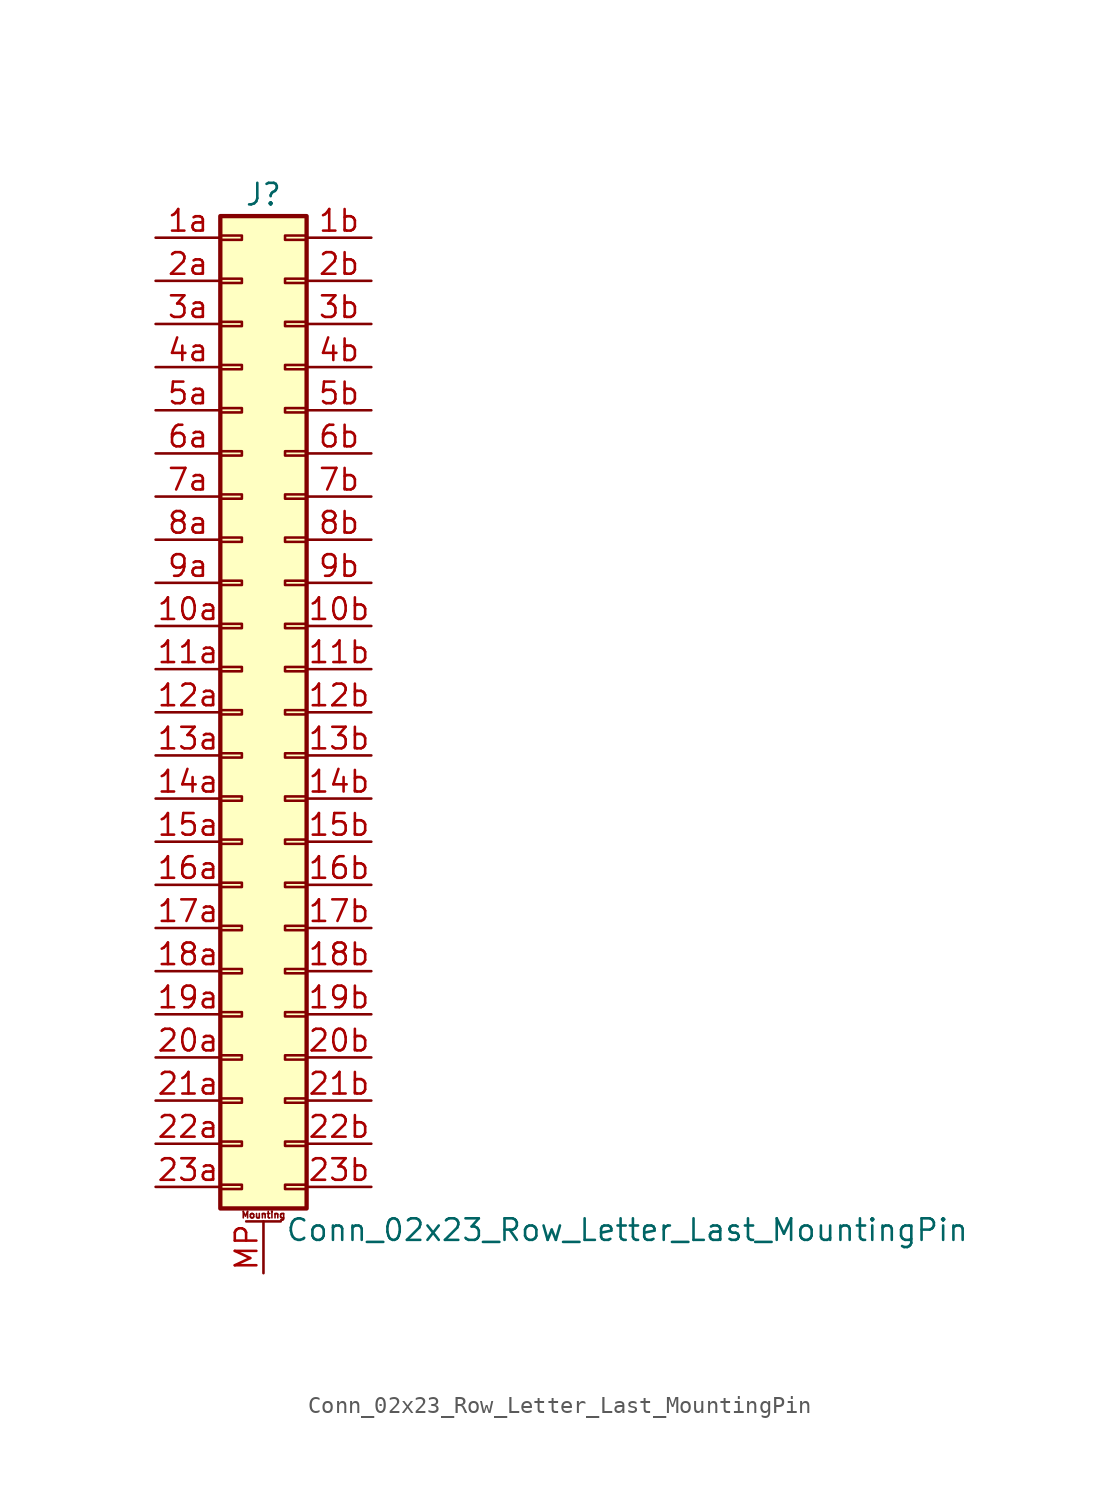
<source format=kicad_sym>
(kicad_symbol_lib
  (version 20201005)
  (generator kicad_symbol_editor)
  (symbol "Conn_02x23_Row_Letter_Last_MountingPin"
    (pin_names
      (offset 1.016) hide)
    (property "Reference" "J"
      (at 1.27 30.48 0)
      (effects (font (size 1.27 1.27))))
    (property "Value" "Conn_02x23_Row_Letter_Last_MountingPin"
      (at 2.54 -30.48 0)
      (effects (font (size 1.27 1.27)) (justify left)))
    (symbol "Conn_02x23_Row_Letter_Last_MountingPin_1_1"
      (text "Mounting" (at 1.27 -29.591 0) (effects (font (size 0.381 0.381))))
      (rectangle (start -1.27 -27.813) (end 0 -28.067) (stroke (width 0.152)) (fill (type none)))
      (rectangle (start -1.27 -25.273) (end 0 -25.527) (stroke (width 0.152)) (fill (type none)))
      (rectangle (start -1.27 -22.733) (end 0 -22.987) (stroke (width 0.152)) (fill (type none)))
      (rectangle (start -1.27 -20.193) (end 0 -20.447) (stroke (width 0.152)) (fill (type none)))
      (rectangle (start -1.27 -17.653) (end 0 -17.907) (stroke (width 0.152)) (fill (type none)))
      (rectangle (start -1.27 -15.113) (end 0 -15.367) (stroke (width 0.152)) (fill (type none)))
      (rectangle (start -1.27 -12.573) (end 0 -12.827) (stroke (width 0.152)) (fill (type none)))
      (rectangle (start -1.27 -10.033) (end 0 -10.287) (stroke (width 0.152)) (fill (type none)))
      (rectangle (start -1.27 -7.493) (end 0 -7.747) (stroke (width 0.152)) (fill (type none)))
      (rectangle (start -1.27 -4.953) (end 0 -5.207) (stroke (width 0.152)) (fill (type none)))
      (rectangle (start -1.27 -2.413) (end 0 -2.667) (stroke (width 0.152)) (fill (type none)))
      (rectangle (start -1.27 0.127) (end 0 -0.127) (stroke (width 0.152)) (fill (type none)))
      (rectangle (start -1.27 2.667) (end 0 2.413) (stroke (width 0.152)) (fill (type none)))
      (rectangle (start -1.27 5.207) (end 0 4.953) (stroke (width 0.152)) (fill (type none)))
      (rectangle (start -1.27 7.747) (end 0 7.493) (stroke (width 0.152)) (fill (type none)))
      (rectangle (start -1.27 10.287) (end 0 10.033) (stroke (width 0.152)) (fill (type none)))
      (rectangle (start -1.27 12.827) (end 0 12.573) (stroke (width 0.152)) (fill (type none)))
      (rectangle (start -1.27 15.367) (end 0 15.113) (stroke (width 0.152)) (fill (type none)))
      (rectangle (start -1.27 17.907) (end 0 17.653) (stroke (width 0.152)) (fill (type none)))
      (rectangle (start -1.27 20.447) (end 0 20.193) (stroke (width 0.152)) (fill (type none)))
      (rectangle (start -1.27 22.987) (end 0 22.733) (stroke (width 0.152)) (fill (type none)))
      (rectangle (start -1.27 25.527) (end 0 25.273) (stroke (width 0.152)) (fill (type none)))
      (rectangle (start -1.27 28.067) (end 0 27.813) (stroke (width 0.152)) (fill (type none)))
      (rectangle (start 3.81 -27.813) (end 2.54 -28.067) (stroke (width 0.152)) (fill (type none)))
      (rectangle (start 3.81 -25.273) (end 2.54 -25.527) (stroke (width 0.152)) (fill (type none)))
      (rectangle (start 3.81 -22.733) (end 2.54 -22.987) (stroke (width 0.152)) (fill (type none)))
      (rectangle (start 3.81 -20.193) (end 2.54 -20.447) (stroke (width 0.152)) (fill (type none)))
      (rectangle (start 3.81 -17.653) (end 2.54 -17.907) (stroke (width 0.152)) (fill (type none)))
      (rectangle (start 3.81 -15.113) (end 2.54 -15.367) (stroke (width 0.152)) (fill (type none)))
      (rectangle (start 3.81 -12.573) (end 2.54 -12.827) (stroke (width 0.152)) (fill (type none)))
      (rectangle (start 3.81 -10.033) (end 2.54 -10.287) (stroke (width 0.152)) (fill (type none)))
      (rectangle (start 3.81 -7.493) (end 2.54 -7.747) (stroke (width 0.152)) (fill (type none)))
      (rectangle (start 3.81 -4.953) (end 2.54 -5.207) (stroke (width 0.152)) (fill (type none)))
      (rectangle (start 3.81 -2.413) (end 2.54 -2.667) (stroke (width 0.152)) (fill (type none)))
      (rectangle (start 3.81 0.127) (end 2.54 -0.127) (stroke (width 0.152)) (fill (type none)))
      (rectangle (start 3.81 2.667) (end 2.54 2.413) (stroke (width 0.152)) (fill (type none)))
      (rectangle (start 3.81 5.207) (end 2.54 4.953) (stroke (width 0.152)) (fill (type none)))
      (rectangle (start 3.81 7.747) (end 2.54 7.493) (stroke (width 0.152)) (fill (type none)))
      (rectangle (start 3.81 10.287) (end 2.54 10.033) (stroke (width 0.152)) (fill (type none)))
      (rectangle (start 3.81 12.827) (end 2.54 12.573) (stroke (width 0.152)) (fill (type none)))
      (rectangle (start 3.81 15.367) (end 2.54 15.113) (stroke (width 0.152)) (fill (type none)))
      (rectangle (start 3.81 17.907) (end 2.54 17.653) (stroke (width 0.152)) (fill (type none)))
      (rectangle (start 3.81 20.447) (end 2.54 20.193) (stroke (width 0.152)) (fill (type none)))
      (rectangle (start 3.81 22.987) (end 2.54 22.733) (stroke (width 0.152)) (fill (type none)))
      (rectangle (start 3.81 25.527) (end 2.54 25.273) (stroke (width 0.152)) (fill (type none)))
      (rectangle (start 3.81 28.067) (end 2.54 27.813) (stroke (width 0.152)) (fill (type none)))
      (rectangle (start -1.27 29.21) (end 3.81 -29.21) (stroke (width 0.254)) (fill (type background)))
      (polyline (pts (xy 0.254 -29.972) (xy 2.286 -29.972)) (stroke (width 0.152)) (fill (type none)))
      (pin passive line (at -5.08 5.08 0) (length 3.81) (name "Pin_10a" (effects (font (size 1.27 1.27)))) (number "10a" (effects (font (size 1.27 1.27)))))
      (pin passive line (at 7.62 5.08 180) (length 3.81) (name "Pin_10b" (effects (font (size 1.27 1.27)))) (number "10b" (effects (font (size 1.27 1.27)))))
      (pin passive line (at -5.08 2.54 0) (length 3.81) (name "Pin_11a" (effects (font (size 1.27 1.27)))) (number "11a" (effects (font (size 1.27 1.27)))))
      (pin passive line (at 7.62 2.54 180) (length 3.81) (name "Pin_11b" (effects (font (size 1.27 1.27)))) (number "11b" (effects (font (size 1.27 1.27)))))
      (pin passive line (at -5.08 0 0) (length 3.81) (name "Pin_12a" (effects (font (size 1.27 1.27)))) (number "12a" (effects (font (size 1.27 1.27)))))
      (pin passive line (at 7.62 0 180) (length 3.81) (name "Pin_12b" (effects (font (size 1.27 1.27)))) (number "12b" (effects (font (size 1.27 1.27)))))
      (pin passive line (at -5.08 -2.54 0) (length 3.81) (name "Pin_13a" (effects (font (size 1.27 1.27)))) (number "13a" (effects (font (size 1.27 1.27)))))
      (pin passive line (at 7.62 -2.54 180) (length 3.81) (name "Pin_13b" (effects (font (size 1.27 1.27)))) (number "13b" (effects (font (size 1.27 1.27)))))
      (pin passive line (at -5.08 -5.08 0) (length 3.81) (name "Pin_14a" (effects (font (size 1.27 1.27)))) (number "14a" (effects (font (size 1.27 1.27)))))
      (pin passive line (at 7.62 -5.08 180) (length 3.81) (name "Pin_14b" (effects (font (size 1.27 1.27)))) (number "14b" (effects (font (size 1.27 1.27)))))
      (pin passive line (at -5.08 -7.62 0) (length 3.81) (name "Pin_15a" (effects (font (size 1.27 1.27)))) (number "15a" (effects (font (size 1.27 1.27)))))
      (pin passive line (at 7.62 -7.62 180) (length 3.81) (name "Pin_15b" (effects (font (size 1.27 1.27)))) (number "15b" (effects (font (size 1.27 1.27)))))
      (pin passive line (at -5.08 -10.16 0) (length 3.81) (name "Pin_16a" (effects (font (size 1.27 1.27)))) (number "16a" (effects (font (size 1.27 1.27)))))
      (pin passive line (at 7.62 -10.16 180) (length 3.81) (name "Pin_16b" (effects (font (size 1.27 1.27)))) (number "16b" (effects (font (size 1.27 1.27)))))
      (pin passive line (at -5.08 -12.7 0) (length 3.81) (name "Pin_17a" (effects (font (size 1.27 1.27)))) (number "17a" (effects (font (size 1.27 1.27)))))
      (pin passive line (at 7.62 -12.7 180) (length 3.81) (name "Pin_17b" (effects (font (size 1.27 1.27)))) (number "17b" (effects (font (size 1.27 1.27)))))
      (pin passive line (at -5.08 -15.24 0) (length 3.81) (name "Pin_18a" (effects (font (size 1.27 1.27)))) (number "18a" (effects (font (size 1.27 1.27)))))
      (pin passive line (at 7.62 -15.24 180) (length 3.81) (name "Pin_18b" (effects (font (size 1.27 1.27)))) (number "18b" (effects (font (size 1.27 1.27)))))
      (pin passive line (at -5.08 -17.78 0) (length 3.81) (name "Pin_19a" (effects (font (size 1.27 1.27)))) (number "19a" (effects (font (size 1.27 1.27)))))
      (pin passive line (at 7.62 -17.78 180) (length 3.81) (name "Pin_19b" (effects (font (size 1.27 1.27)))) (number "19b" (effects (font (size 1.27 1.27)))))
      (pin passive line (at -5.08 27.94 0) (length 3.81) (name "Pin_1a" (effects (font (size 1.27 1.27)))) (number "1a" (effects (font (size 1.27 1.27)))))
      (pin passive line (at 7.62 27.94 180) (length 3.81) (name "Pin_1b" (effects (font (size 1.27 1.27)))) (number "1b" (effects (font (size 1.27 1.27)))))
      (pin passive line (at -5.08 -20.32 0) (length 3.81) (name "Pin_20a" (effects (font (size 1.27 1.27)))) (number "20a" (effects (font (size 1.27 1.27)))))
      (pin passive line (at 7.62 -20.32 180) (length 3.81) (name "Pin_20b" (effects (font (size 1.27 1.27)))) (number "20b" (effects (font (size 1.27 1.27)))))
      (pin passive line (at -5.08 -22.86 0) (length 3.81) (name "Pin_21a" (effects (font (size 1.27 1.27)))) (number "21a" (effects (font (size 1.27 1.27)))))
      (pin passive line (at 7.62 -22.86 180) (length 3.81) (name "Pin_21b" (effects (font (size 1.27 1.27)))) (number "21b" (effects (font (size 1.27 1.27)))))
      (pin passive line (at -5.08 -25.4 0) (length 3.81) (name "Pin_22a" (effects (font (size 1.27 1.27)))) (number "22a" (effects (font (size 1.27 1.27)))))
      (pin passive line (at 7.62 -25.4 180) (length 3.81) (name "Pin_22b" (effects (font (size 1.27 1.27)))) (number "22b" (effects (font (size 1.27 1.27)))))
      (pin passive line (at -5.08 -27.94 0) (length 3.81) (name "Pin_23a" (effects (font (size 1.27 1.27)))) (number "23a" (effects (font (size 1.27 1.27)))))
      (pin passive line (at 7.62 -27.94 180) (length 3.81) (name "Pin_23b" (effects (font (size 1.27 1.27)))) (number "23b" (effects (font (size 1.27 1.27)))))
      (pin passive line (at -5.08 25.4 0) (length 3.81) (name "Pin_2a" (effects (font (size 1.27 1.27)))) (number "2a" (effects (font (size 1.27 1.27)))))
      (pin passive line (at 7.62 25.4 180) (length 3.81) (name "Pin_2b" (effects (font (size 1.27 1.27)))) (number "2b" (effects (font (size 1.27 1.27)))))
      (pin passive line (at -5.08 22.86 0) (length 3.81) (name "Pin_3a" (effects (font (size 1.27 1.27)))) (number "3a" (effects (font (size 1.27 1.27)))))
      (pin passive line (at 7.62 22.86 180) (length 3.81) (name "Pin_3b" (effects (font (size 1.27 1.27)))) (number "3b" (effects (font (size 1.27 1.27)))))
      (pin passive line (at -5.08 20.32 0) (length 3.81) (name "Pin_4a" (effects (font (size 1.27 1.27)))) (number "4a" (effects (font (size 1.27 1.27)))))
      (pin passive line (at 7.62 20.32 180) (length 3.81) (name "Pin_4b" (effects (font (size 1.27 1.27)))) (number "4b" (effects (font (size 1.27 1.27)))))
      (pin passive line (at -5.08 17.78 0) (length 3.81) (name "Pin_5a" (effects (font (size 1.27 1.27)))) (number "5a" (effects (font (size 1.27 1.27)))))
      (pin passive line (at 7.62 17.78 180) (length 3.81) (name "Pin_5b" (effects (font (size 1.27 1.27)))) (number "5b" (effects (font (size 1.27 1.27)))))
      (pin passive line (at -5.08 15.24 0) (length 3.81) (name "Pin_6a" (effects (font (size 1.27 1.27)))) (number "6a" (effects (font (size 1.27 1.27)))))
      (pin passive line (at 7.62 15.24 180) (length 3.81) (name "Pin_6b" (effects (font (size 1.27 1.27)))) (number "6b" (effects (font (size 1.27 1.27)))))
      (pin passive line (at -5.08 12.7 0) (length 3.81) (name "Pin_7a" (effects (font (size 1.27 1.27)))) (number "7a" (effects (font (size 1.27 1.27)))))
      (pin passive line (at 7.62 12.7 180) (length 3.81) (name "Pin_7b" (effects (font (size 1.27 1.27)))) (number "7b" (effects (font (size 1.27 1.27)))))
      (pin passive line (at -5.08 10.16 0) (length 3.81) (name "Pin_8a" (effects (font (size 1.27 1.27)))) (number "8a" (effects (font (size 1.27 1.27)))))
      (pin passive line (at 7.62 10.16 180) (length 3.81) (name "Pin_8b" (effects (font (size 1.27 1.27)))) (number "8b" (effects (font (size 1.27 1.27)))))
      (pin passive line (at -5.08 7.62 0) (length 3.81) (name "Pin_9a" (effects (font (size 1.27 1.27)))) (number "9a" (effects (font (size 1.27 1.27)))))
      (pin passive line (at 7.62 7.62 180) (length 3.81) (name "Pin_9b" (effects (font (size 1.27 1.27)))) (number "9b" (effects (font (size 1.27 1.27)))))
      (pin passive line (at 1.27 -33.02 90) (length 3.048) (name "MountPin" (effects (font (size 1.27 1.27)))) (number "MP" (effects (font (size 1.27 1.27))))))))
</source>
